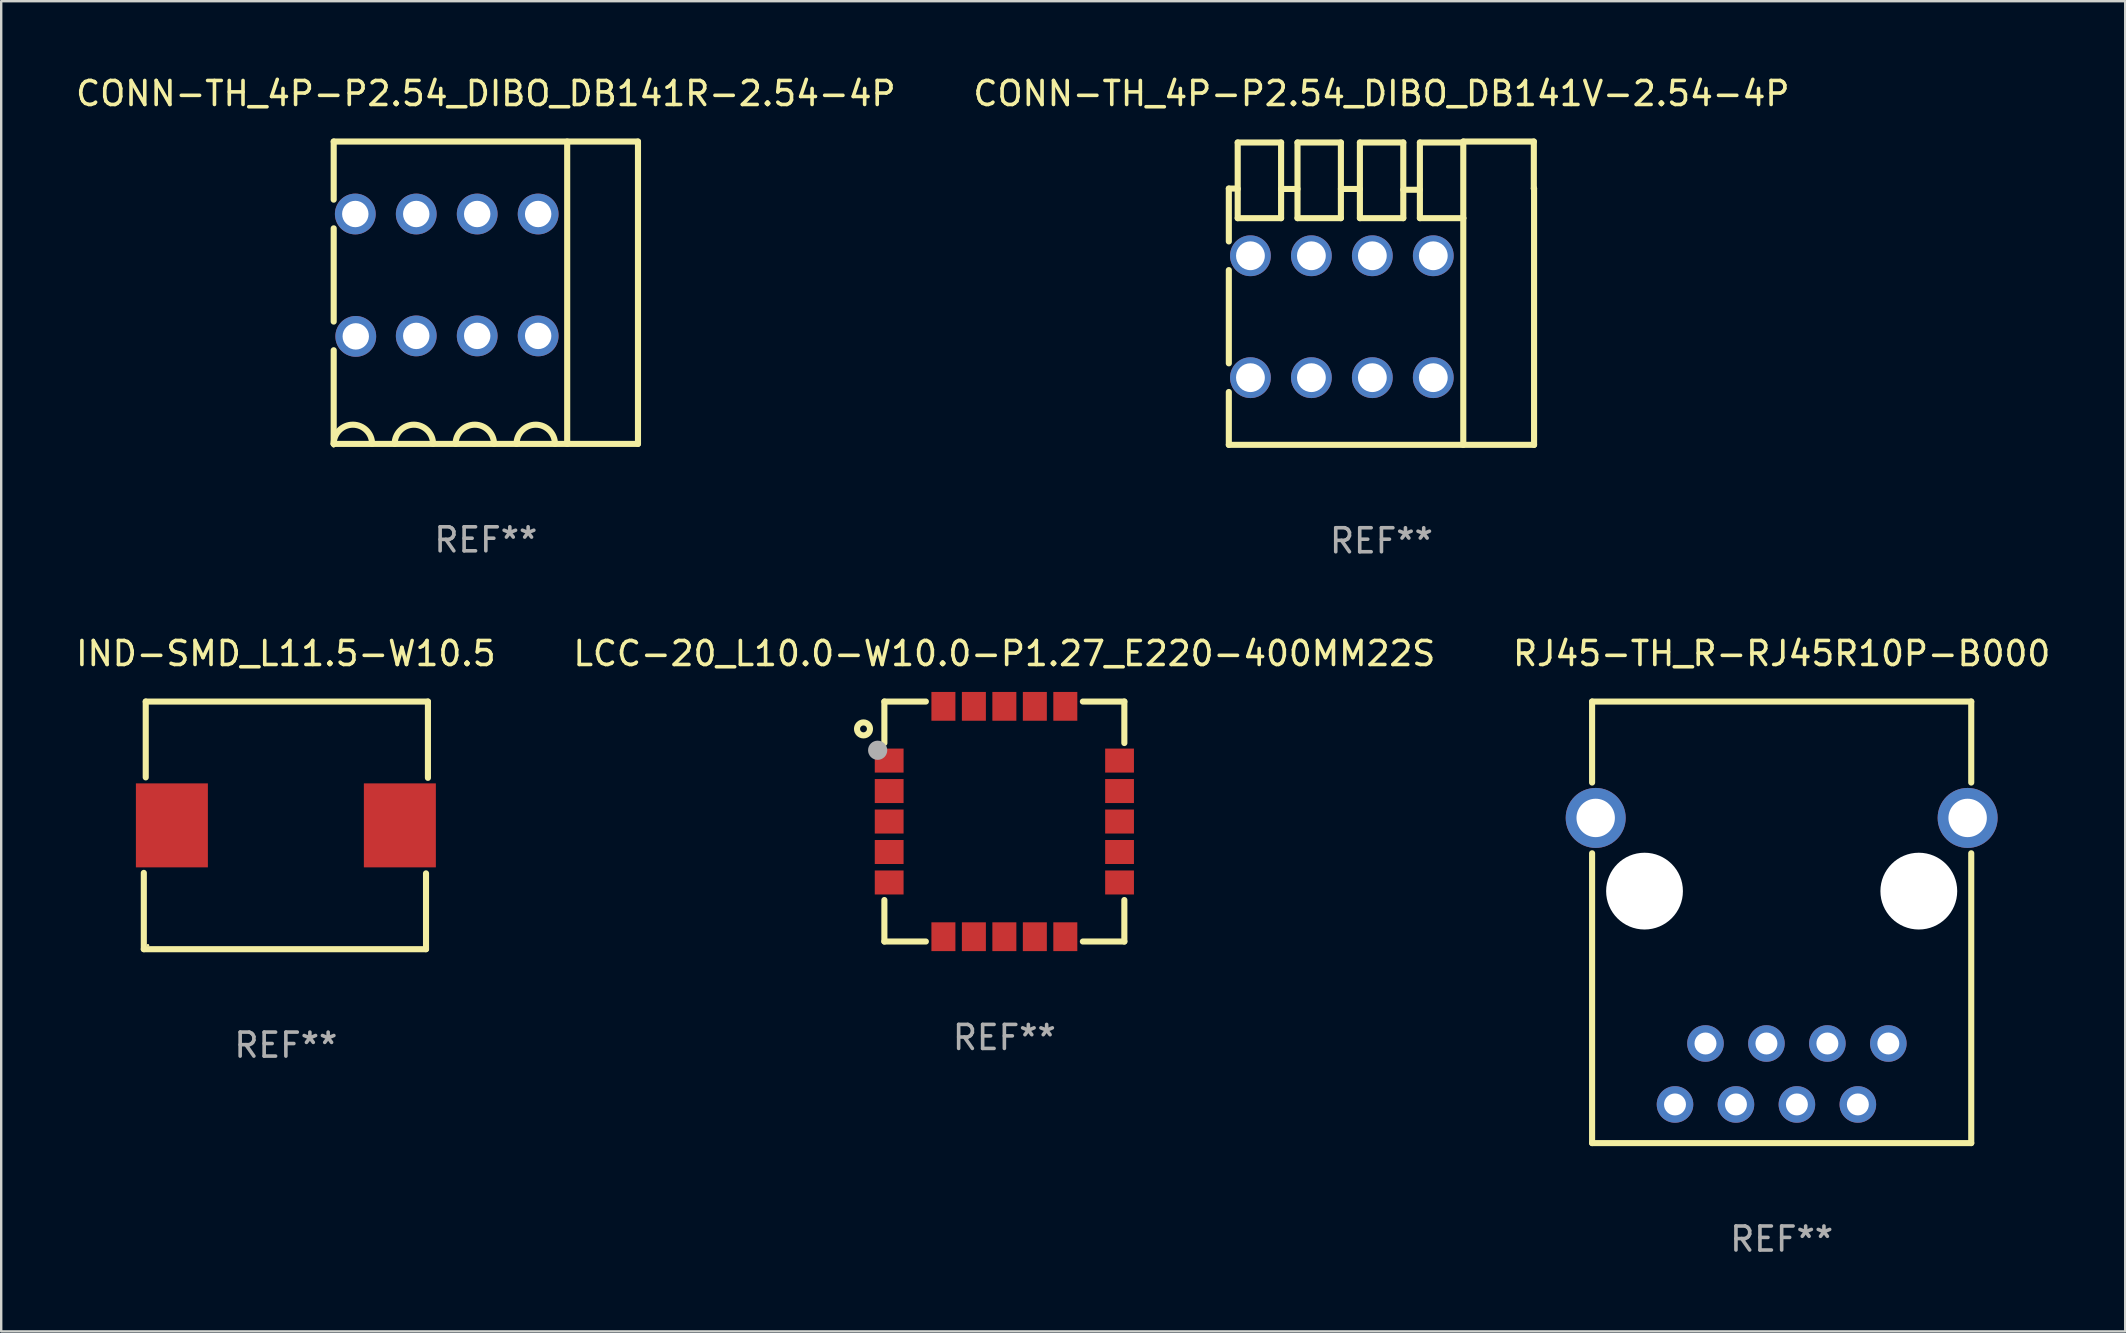
<source format=kicad_pcb>
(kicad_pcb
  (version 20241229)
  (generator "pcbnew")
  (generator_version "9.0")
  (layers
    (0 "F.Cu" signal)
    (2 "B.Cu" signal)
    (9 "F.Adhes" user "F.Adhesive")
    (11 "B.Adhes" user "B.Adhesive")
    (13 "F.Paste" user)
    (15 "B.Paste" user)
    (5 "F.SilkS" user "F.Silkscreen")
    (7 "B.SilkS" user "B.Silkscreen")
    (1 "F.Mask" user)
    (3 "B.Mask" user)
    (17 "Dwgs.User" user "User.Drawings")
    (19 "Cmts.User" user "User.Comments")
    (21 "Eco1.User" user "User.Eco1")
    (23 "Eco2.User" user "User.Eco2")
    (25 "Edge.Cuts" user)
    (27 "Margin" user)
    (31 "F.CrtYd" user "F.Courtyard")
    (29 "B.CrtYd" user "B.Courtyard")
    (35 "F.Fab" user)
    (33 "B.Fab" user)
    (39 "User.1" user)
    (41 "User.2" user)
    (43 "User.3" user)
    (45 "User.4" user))
  (footprint "CONN-TH_4P-P2.54_DIBO_DB141R-2.54-4P"
    (layer "F.Cu")
    (at 15.566 8.418)
    (property "Reference" "CONN-TH_4P-P2.54_DIBO_DB141R-2.54-4P" (at 1.63 -7.57 0) (layer "F.SilkS") (effects (font (size 1 1) (thickness 0.15))))
    (attr through_hole)
    (fp_line (start -4.71 -5.57) (end -4.71 -3.147) (stroke (width 0.254) (type solid)) (layer "F.SilkS"))
    (fp_line (start -4.71 -1.953) (end -4.71 1.933) (stroke (width 0.254) (type solid)) (layer "F.SilkS"))
    (fp_line (start -4.71 3.127) (end -4.71 7.03) (stroke (width 0.254) (type solid)) (layer "F.SilkS"))
    (fp_line (start -4.71 -5.57) (end 7.97 -5.57) (stroke (width 0.254) (type solid)) (layer "F.SilkS"))
    (fp_line (start -4.71 7.03) (end 7.97 7.03) (stroke (width 0.254) (type solid)) (layer "F.SilkS"))
    (fp_line (start 5.02 -5.57) (end 5.02 7.03) (stroke (width 0.254) (type solid)) (layer "F.SilkS"))
    (fp_line (start 7.97 -5.57) (end 7.97 7.03) (stroke (width 0.254) (type solid)) (layer "F.SilkS"))
    (fp_arc (start -4.709982 7.030023) (mid -3.909983 6.230023) (end -3.109982 7.030022) (stroke (width 0.254001) (type solid)) (layer "F.SilkS"))
    (fp_arc (start -2.169977 7.030023) (mid -1.369977 6.230023) (end -0.569977 7.030023) (stroke (width 0.254001) (type solid)) (layer "F.SilkS"))
    (fp_arc (start 0.370028 7.030023) (mid 1.170028 6.230023) (end 1.970028 7.030023) (stroke (width 0.254001) (type solid)) (layer "F.SilkS"))
    (fp_arc (start 2.910033 7.030023) (mid 3.710032 6.230023) (end 4.510033 7.030022) (stroke (width 0.254001) (type solid)) (layer "F.SilkS"))
    (fp_circle (center -4.71 7.13) (end -4.68 7.13) (stroke (width 0.06) (type solid)) (fill no) (layer "F.SilkS"))
    (fp_text user "REF**" (at 1.63 11.03 0) (layer "F.Fab") (effects (font (size 1 1) (thickness 0.15))))
    (pad "1" thru_hole circle (at -3.81 -2.55) (size 1.7 1.7) (drill 1.1) (layers "*.Cu" "*.Mask"))
    (pad "1" thru_hole circle (at -3.79 2.55) (size 1.7 1.7) (drill 1.1) (layers "*.Cu" "*.Mask"))
    (pad "2" thru_hole circle (at -1.27 -2.55) (size 1.7 1.7) (drill 1.1) (layers "*.Cu" "*.Mask"))
    (pad "2" thru_hole circle (at -1.27 2.53) (size 1.7 1.7) (drill 1.1) (layers "*.Cu" "*.Mask"))
    (pad "3" thru_hole circle (at 1.27 -2.55) (size 1.7 1.7) (drill 1.1) (layers "*.Cu" "*.Mask"))
    (pad "3" thru_hole circle (at 1.27 2.53) (size 1.7 1.7) (drill 1.1) (layers "*.Cu" "*.Mask"))
    (pad "4" thru_hole circle (at 3.81 -2.55) (size 1.7 1.7) (drill 1.1) (layers "*.Cu" "*.Mask"))
    (pad "4" thru_hole circle (at 3.81 2.53) (size 1.7 1.7) (drill 1.1) (layers "*.Cu" "*.Mask")))
  (footprint "RJ45-TH_R-RJ45R10P-B000"
    (layer "F.Cu")
    (at 71.196 37.005)
    (property "Reference" "RJ45-TH_R-RJ45R10P-B000" (at 0 -12.82 0) (layer "F.SilkS") (effects (font (size 1 1) (thickness 0.15))))
    (attr through_hole)
    (fp_line (start -7.9 -10.82) (end 7.9 -10.82) (stroke (width 0.254) (type solid)) (layer "F.SilkS"))
    (fp_line (start -7.9 -7.444) (end -7.9 -10.82) (stroke (width 0.254) (type solid)) (layer "F.SilkS"))
    (fp_line (start -7.9 7.58) (end -7.9 -4.497) (stroke (width 0.254) (type solid)) (layer "F.SilkS"))
    (fp_line (start 7.9 -10.82) (end 7.9 -7.444) (stroke (width 0.254) (type solid)) (layer "F.SilkS"))
    (fp_line (start 7.9 -4.497) (end 7.9 7.58) (stroke (width 0.254) (type solid)) (layer "F.SilkS"))
    (fp_line (start 7.9 7.58) (end -7.9 7.58) (stroke (width 0.254) (type solid)) (layer "F.SilkS"))
    (fp_circle (center 7.9 7.58) (end 7.93 7.58) (stroke (width 0.06) (type solid)) (fill no) (layer "F.SilkS"))
    (fp_circle (center -5.715 -2.92) (end -4.965 -2.92) (stroke (width 1.5) (type solid)) (fill no) (layer "F.Fab"))
    (fp_circle (center 5.715 -2.92) (end 6.465 -2.92) (stroke (width 1.5) (type solid)) (fill no) (layer "F.Fab"))
    (fp_text user "REF**" (at 0 11.58 0) (layer "F.Fab") (effects (font (size 1 1) (thickness 0.15))))
    (pad "" np_thru_hole circle (at -5.715 -2.92) (size 3.2 3.2) (drill 3.2) (layers "*.Cu" "*.Mask"))
    (pad "" np_thru_hole circle (at 5.715 -2.92) (size 3.2 3.2) (drill 3.2) (layers "*.Cu" "*.Mask"))
    (pad "1" thru_hole circle (at 4.445 3.43) (size 1.524 1.524) (drill 0.914) (layers "*.Cu" "*.Mask"))
    (pad "2" thru_hole circle (at 3.175 5.97) (size 1.524 1.524) (drill 0.914) (layers "*.Cu" "*.Mask"))
    (pad "3" thru_hole circle (at 1.905 3.43) (size 1.524 1.524) (drill 0.914) (layers "*.Cu" "*.Mask"))
    (pad "4" thru_hole circle (at 0.635 5.97) (size 1.524 1.524) (drill 0.914) (layers "*.Cu" "*.Mask"))
    (pad "5" thru_hole circle (at -0.635 3.43) (size 1.524 1.524) (drill 0.914) (layers "*.Cu" "*.Mask"))
    (pad "6" thru_hole circle (at -1.905 5.97) (size 1.524 1.524) (drill 0.914) (layers "*.Cu" "*.Mask"))
    (pad "7" thru_hole circle (at -3.175 3.43) (size 1.524 1.524) (drill 0.914) (layers "*.Cu" "*.Mask"))
    (pad "8" thru_hole circle (at -4.445 5.97) (size 1.524 1.524) (drill 0.914) (layers "*.Cu" "*.Mask"))
    (pad "9" thru_hole circle (at 7.75 -5.97) (size 2.5 2.5) (drill 1.6) (layers "*.Cu" "*.Mask"))
    (pad "10" thru_hole circle (at -7.75 -5.97) (size 2.5 2.5) (drill 1.6) (layers "*.Cu" "*.Mask")))
  (footprint "CONN-TH_4P-P2.54_DIBO_DB141V-2.54-4P"
    (layer "F.Cu")
    (at 52.868 10.148)
    (property "Reference" "CONN-TH_4P-P2.54_DIBO_DB141V-2.54-4P" (at 1.65 -9.3 0) (layer "F.SilkS") (effects (font (size 1 1) (thickness 0.15))))
    (attr through_hole)
    (fp_line (start -4.71 -5.34) (end -4.356 -5.34) (stroke (width 0.254) (type solid)) (layer "F.SilkS"))
    (fp_line (start -4.71 -3.137) (end -4.71 -5.34) (stroke (width 0.254) (type solid)) (layer "F.SilkS"))
    (fp_line (start -4.71 1.943) (end -4.71 -1.943) (stroke (width 0.254) (type solid)) (layer "F.SilkS"))
    (fp_line (start -4.71 5.34) (end -4.71 3.137) (stroke (width 0.254) (type solid)) (layer "F.SilkS"))
    (fp_line (start -4.71 5.34) (end 8.01 5.34) (stroke (width 0.254) (type solid)) (layer "F.SilkS"))
    (fp_line (start -4.356 -5.34) (end -4.34 -5.324) (stroke (width 0.254) (type solid)) (layer "F.SilkS"))
    (fp_line (start -4.34 -7.26) (end -4.34 -4.106) (stroke (width 0.254) (type solid)) (layer "F.SilkS"))
    (fp_line (start -2.532 -7.26) (end -4.34 -7.26) (stroke (width 0.254) (type solid)) (layer "F.SilkS"))
    (fp_line (start -2.532 -7.26) (end -2.532 -4.106) (stroke (width 0.254) (type solid)) (layer "F.SilkS"))
    (fp_line (start -2.532 -5.324) (end -1.848 -5.324) (stroke (width 0.254) (type solid)) (layer "F.SilkS"))
    (fp_line (start -2.532 -4.106) (end -4.34 -4.106) (stroke (width 0.254) (type solid)) (layer "F.SilkS"))
    (fp_line (start -1.848 -7.26) (end -1.848 -4.107) (stroke (width 0.254) (type solid)) (layer "F.SilkS"))
    (fp_line (start -0.04 -7.26) (end -1.848 -7.26) (stroke (width 0.254) (type solid)) (layer "F.SilkS"))
    (fp_line (start -0.04 -7.26) (end -0.04 -4.107) (stroke (width 0.254) (type solid)) (layer "F.SilkS"))
    (fp_line (start -0.04 -5.324) (end 0.752 -5.324) (stroke (width 0.254) (type solid)) (layer "F.SilkS"))
    (fp_line (start -0.04 -4.107) (end -1.848 -4.107) (stroke (width 0.254) (type solid)) (layer "F.SilkS"))
    (fp_line (start 0.752 -7.26) (end 0.752 -4.107) (stroke (width 0.254) (type solid)) (layer "F.SilkS"))
    (fp_line (start 2.56 -7.26) (end 0.752 -7.26) (stroke (width 0.254) (type solid)) (layer "F.SilkS"))
    (fp_line (start 2.56 -7.26) (end 2.56 -4.107) (stroke (width 0.254) (type solid)) (layer "F.SilkS"))
    (fp_line (start 2.56 -5.29) (end 3.252 -5.29) (stroke (width 0.254) (type solid)) (layer "F.SilkS"))
    (fp_line (start 2.56 -4.107) (end 0.752 -4.107) (stroke (width 0.254) (type solid)) (layer "F.SilkS"))
    (fp_line (start 3.252 -7.26) (end 3.252 -4.107) (stroke (width 0.254) (type solid)) (layer "F.SilkS"))
    (fp_line (start 5.06 -7.3) (end 5.06 -7.26) (stroke (width 0.254) (type solid)) (layer "F.SilkS"))
    (fp_line (start 5.06 -7.26) (end 3.252 -7.26) (stroke (width 0.254) (type solid)) (layer "F.SilkS"))
    (fp_line (start 5.06 -7.26) (end 5.06 -4.107) (stroke (width 0.254) (type solid)) (layer "F.SilkS"))
    (fp_line (start 5.06 -4.107) (end 3.252 -4.107) (stroke (width 0.254) (type solid)) (layer "F.SilkS"))
    (fp_line (start 5.06 -4.107) (end 5.06 5.34) (stroke (width 0.254) (type solid)) (layer "F.SilkS"))
    (fp_line (start 8 -7.3) (end 5.06 -7.3) (stroke (width 0.254) (type solid)) (layer "F.SilkS"))
    (fp_line (start 8 -5.34) (end 8 -7.3) (stroke (width 0.254) (type solid)) (layer "F.SilkS"))
    (fp_line (start 8.01 -5.34) (end 8 -5.34) (stroke (width 0.254) (type solid)) (layer "F.SilkS"))
    (fp_line (start 8.01 -5.34) (end 8.01 5.34) (stroke (width 0.254) (type solid)) (layer "F.SilkS"))
    (fp_circle (center -4.71 5.34) (end -4.68 5.34) (stroke (width 0.06) (type solid)) (fill no) (layer "F.SilkS"))
    (fp_text user "REF**" (at 1.65 9.34 0) (layer "F.Fab") (effects (font (size 1 1) (thickness 0.15))))
    (pad "1" thru_hole circle (at -3.81 -2.54) (size 1.7 1.7) (drill 1.2) (layers "*.Cu" "*.Mask"))
    (pad "1" thru_hole circle (at -3.81 2.54) (size 1.7 1.7) (drill 1.2) (layers "*.Cu" "*.Mask"))
    (pad "2" thru_hole circle (at -1.27 -2.54) (size 1.7 1.7) (drill 1.2) (layers "*.Cu" "*.Mask"))
    (pad "2" thru_hole circle (at -1.27 2.54) (size 1.7 1.7) (drill 1.2) (layers "*.Cu" "*.Mask"))
    (pad "3" thru_hole circle (at 1.27 -2.54) (size 1.7 1.7) (drill 1.2) (layers "*.Cu" "*.Mask"))
    (pad "3" thru_hole circle (at 1.27 2.54) (size 1.7 1.7) (drill 1.2) (layers "*.Cu" "*.Mask"))
    (pad "4" thru_hole circle (at 3.81 -2.54) (size 1.7 1.7) (drill 1.2) (layers "*.Cu" "*.Mask"))
    (pad "4" thru_hole circle (at 3.81 2.54) (size 1.7 1.7) (drill 1.2) (layers "*.Cu" "*.Mask")))
  (footprint "IND-SMD_L11.5-W10.5"
    (layer "F.Cu")
    (at 8.863 31.345)
    (property "Reference" "IND-SMD_L11.5-W10.5" (at -0.000013 -7.16 0) (layer "F.SilkS") (effects (font (size 1 1) (thickness 0.15))))
    (attr through_hole)
    (fp_line (start -5.92 5.16) (end -5.92 1.98) (stroke (width 0.254) (type solid)) (layer "F.SilkS"))
    (fp_line (start -5.84 -5.16) (end 5.92 -5.16) (stroke (width 0.254) (type solid)) (layer "F.SilkS"))
    (fp_line (start -5.84 -2) (end -5.84 -5.16) (stroke (width 0.254) (type solid)) (layer "F.SilkS"))
    (fp_line (start 5.84 2) (end 5.84 5.16) (stroke (width 0.254) (type solid)) (layer "F.SilkS"))
    (fp_line (start 5.84 5.16) (end -5.92 5.16) (stroke (width 0.254) (type solid)) (layer "F.SilkS"))
    (fp_line (start 5.92 -5.16) (end 5.92 -1.98) (stroke (width 0.254) (type solid)) (layer "F.SilkS"))
    (fp_circle (center -5.75 5) (end -5.72 5) (stroke (width 0.06) (type solid)) (fill no) (layer "F.SilkS"))
    (fp_text user "REF**" (at -0.000013 9.16 0) (layer "F.Fab") (effects (font (size 1 1) (thickness 0.15))))
    (pad "1" smd rect (at -4.75 0) (size 3 3.5) (layers "F.Cu" "F.Mask" "F.Paste"))
    (pad "2" smd rect (at 4.75 0) (size 3 3.5) (layers "F.Cu" "F.Mask" "F.Paste")))
  (footprint "LCC-20_L10.0-W10.0-P1.27_E220-400MM22S"
    (layer "F.Cu")
    (at 38.804 31.185)
    (property "Reference" "LCC-20_L10.0-W10.0-P1.27_E220-400MM22S" (at 0 -7 0) (layer "F.SilkS") (effects (font (size 1 1) (thickness 0.15))))
    (attr smd)
    (fp_line (start -5 -5) (end -3.271 -5) (stroke (width 0.254) (type solid)) (layer "F.SilkS"))
    (fp_line (start -5 -3.271) (end -5 -5) (stroke (width 0.254) (type solid)) (layer "F.SilkS"))
    (fp_line (start -5 5) (end -5 3.271) (stroke (width 0.254) (type solid)) (layer "F.SilkS"))
    (fp_line (start -3.271 5) (end -5 5) (stroke (width 0.254) (type solid)) (layer "F.SilkS"))
    (fp_line (start 3.271 -5) (end 5 -5) (stroke (width 0.254) (type solid)) (layer "F.SilkS"))
    (fp_line (start 5 -5) (end 5 -3.271) (stroke (width 0.254) (type solid)) (layer "F.SilkS"))
    (fp_line (start 5 3.271) (end 5 5) (stroke (width 0.254) (type solid)) (layer "F.SilkS"))
    (fp_line (start 5 5) (end 3.271 5) (stroke (width 0.254) (type solid)) (layer "F.SilkS"))
    (fp_circle (center -5.87 -3.86) (end -5.6 -3.86) (stroke (width 0.254) (type solid)) (fill no) (layer "F.SilkS"))
    (fp_circle (center -5 -5) (end -4.97 -5) (stroke (width 0.06) (type solid)) (fill no) (layer "F.SilkS"))
    (fp_circle (center -5.28 -2.97) (end -5.08 -2.97) (stroke (width 0.4) (type solid)) (fill no) (layer "F.Fab"))
    (fp_text user "REF**" (at 0 9 0) (layer "F.Fab") (effects (font (size 1 1) (thickness 0.15))))
    (pad "1" smd rect (at -4.8 -2.54) (size 1.2 1) (layers "F.Cu" "F.Mask" "F.Paste"))
    (pad "2" smd rect (at -4.8 -1.27) (size 1.2 1) (layers "F.Cu" "F.Mask" "F.Paste"))
    (pad "3" smd rect (at -4.8 0) (size 1.2 1) (layers "F.Cu" "F.Mask" "F.Paste"))
    (pad "4" smd rect (at -4.8 1.27) (size 1.2 1) (layers "F.Cu" "F.Mask" "F.Paste"))
    (pad "5" smd rect (at -4.8 2.54) (size 1.2 1) (layers "F.Cu" "F.Mask" "F.Paste"))
    (pad "6" smd rect (at -2.54 4.8) (size 1 1.2) (layers "F.Cu" "F.Mask" "F.Paste"))
    (pad "7" smd rect (at -1.27 4.8) (size 1 1.2) (layers "F.Cu" "F.Mask" "F.Paste"))
    (pad "8" smd rect (at 0 4.8) (size 1 1.2) (layers "F.Cu" "F.Mask" "F.Paste"))
    (pad "9" smd rect (at 1.27 4.8) (size 1 1.2) (layers "F.Cu" "F.Mask" "F.Paste"))
    (pad "10" smd rect (at 2.54 4.8) (size 1 1.2) (layers "F.Cu" "F.Mask" "F.Paste"))
    (pad "11" smd rect (at 4.8 2.54) (size 1.2 1) (layers "F.Cu" "F.Mask" "F.Paste"))
    (pad "12" smd rect (at 4.8 1.27) (size 1.2 1) (layers "F.Cu" "F.Mask" "F.Paste"))
    (pad "13" smd rect (at 4.8 0) (size 1.2 1) (layers "F.Cu" "F.Mask" "F.Paste"))
    (pad "14" smd rect (at 4.8 -1.27) (size 1.2 1) (layers "F.Cu" "F.Mask" "F.Paste"))
    (pad "15" smd rect (at 4.8 -2.54) (size 1.2 1) (layers "F.Cu" "F.Mask" "F.Paste"))
    (pad "16" smd rect (at 2.54 -4.8) (size 1 1.2) (layers "F.Cu" "F.Mask" "F.Paste"))
    (pad "17" smd rect (at 1.27 -4.8) (size 1 1.2) (layers "F.Cu" "F.Mask" "F.Paste"))
    (pad "18" smd rect (at 0 -4.8) (size 1 1.2) (layers "F.Cu" "F.Mask" "F.Paste"))
    (pad "19" smd rect (at -1.27 -4.8) (size 1 1.2) (layers "F.Cu" "F.Mask" "F.Paste"))
    (pad "20" smd rect (at -2.54 -4.8) (size 1 1.2) (layers "F.Cu" "F.Mask" "F.Paste")))
  (gr_rect
    (start -3 -3)
    (end 85.512 52.433)
    (stroke (width 0.1) (type default))
    (fill no)
    (layer "Edge.Cuts")))
</source>
